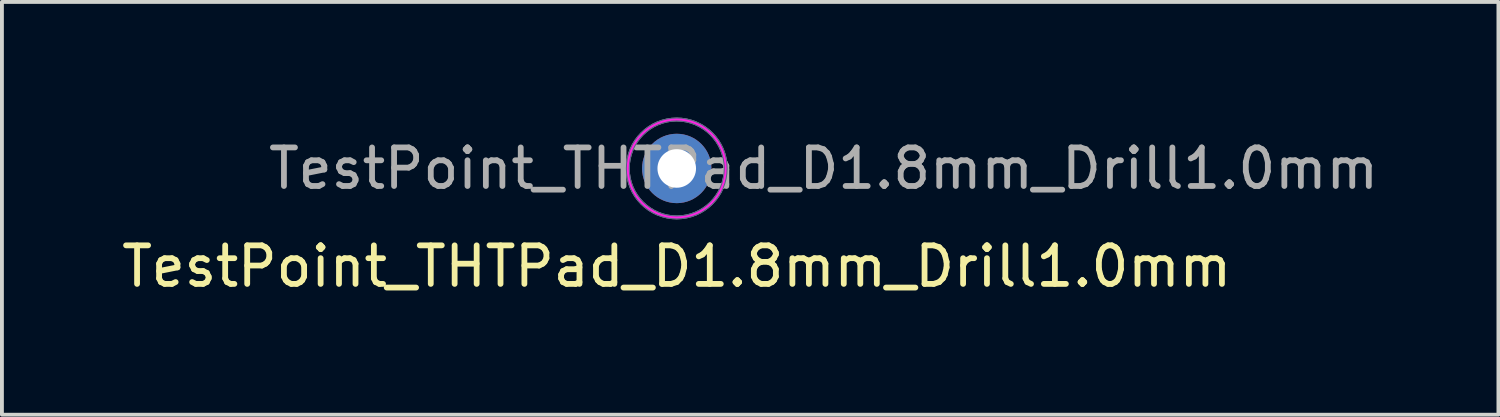
<source format=kicad_pcb>
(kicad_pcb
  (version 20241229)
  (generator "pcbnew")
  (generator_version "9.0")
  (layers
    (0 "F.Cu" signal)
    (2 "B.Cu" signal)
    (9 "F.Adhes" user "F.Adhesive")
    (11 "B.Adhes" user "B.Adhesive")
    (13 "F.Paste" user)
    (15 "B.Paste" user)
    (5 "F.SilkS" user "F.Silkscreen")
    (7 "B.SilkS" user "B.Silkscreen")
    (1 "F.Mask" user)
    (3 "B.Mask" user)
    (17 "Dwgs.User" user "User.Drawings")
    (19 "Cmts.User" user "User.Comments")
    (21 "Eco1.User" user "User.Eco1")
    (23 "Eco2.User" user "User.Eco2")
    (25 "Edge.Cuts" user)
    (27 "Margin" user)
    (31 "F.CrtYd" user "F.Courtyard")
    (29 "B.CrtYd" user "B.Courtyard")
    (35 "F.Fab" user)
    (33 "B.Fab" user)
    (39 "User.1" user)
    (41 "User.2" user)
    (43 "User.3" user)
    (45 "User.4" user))
  (footprint "TestPoint_THTPad_D1.8mm_Drill1.0mm"
    (layer "F.Cu")
    (at 14.506 1.32)
    (property "Reference" "TestPoint_THTPad_D1.8mm_Drill1.0mm" (at 0 2.54 0) (layer "F.SilkS") (effects (font (size 1 1) (thickness 0.15))))
    (attr through_hole)
    (fp_circle (center 0 0) (end 1.27 0) (stroke (width 0.05) (type solid)) (fill no) (layer "F.CrtYd"))
    (fp_circle (center 0 0) (end 1.27 0) (stroke (width 0.1) (type solid)) (fill no) (layer "B.Fab"))
    (fp_circle (center 0 0) (end 1.27 0) (stroke (width 0.1) (type solid)) (fill no) (layer "F.Fab"))
    (fp_text user "${REFERENCE}" (at 3.81 0 0) (layer "F.Fab") (effects (font (size 1 1) (thickness 0.15))))
    (pad "1" thru_hole circle (at 0 0) (size 1.8 1.8) (drill 1) (layers "*.Cu" "*.Mask")))
  (gr_rect
    (start -3 -3)
    (end 35.822 7.708)
    (stroke (width 0.1) (type default))
    (fill no)
    (layer "Edge.Cuts")))
</source>
